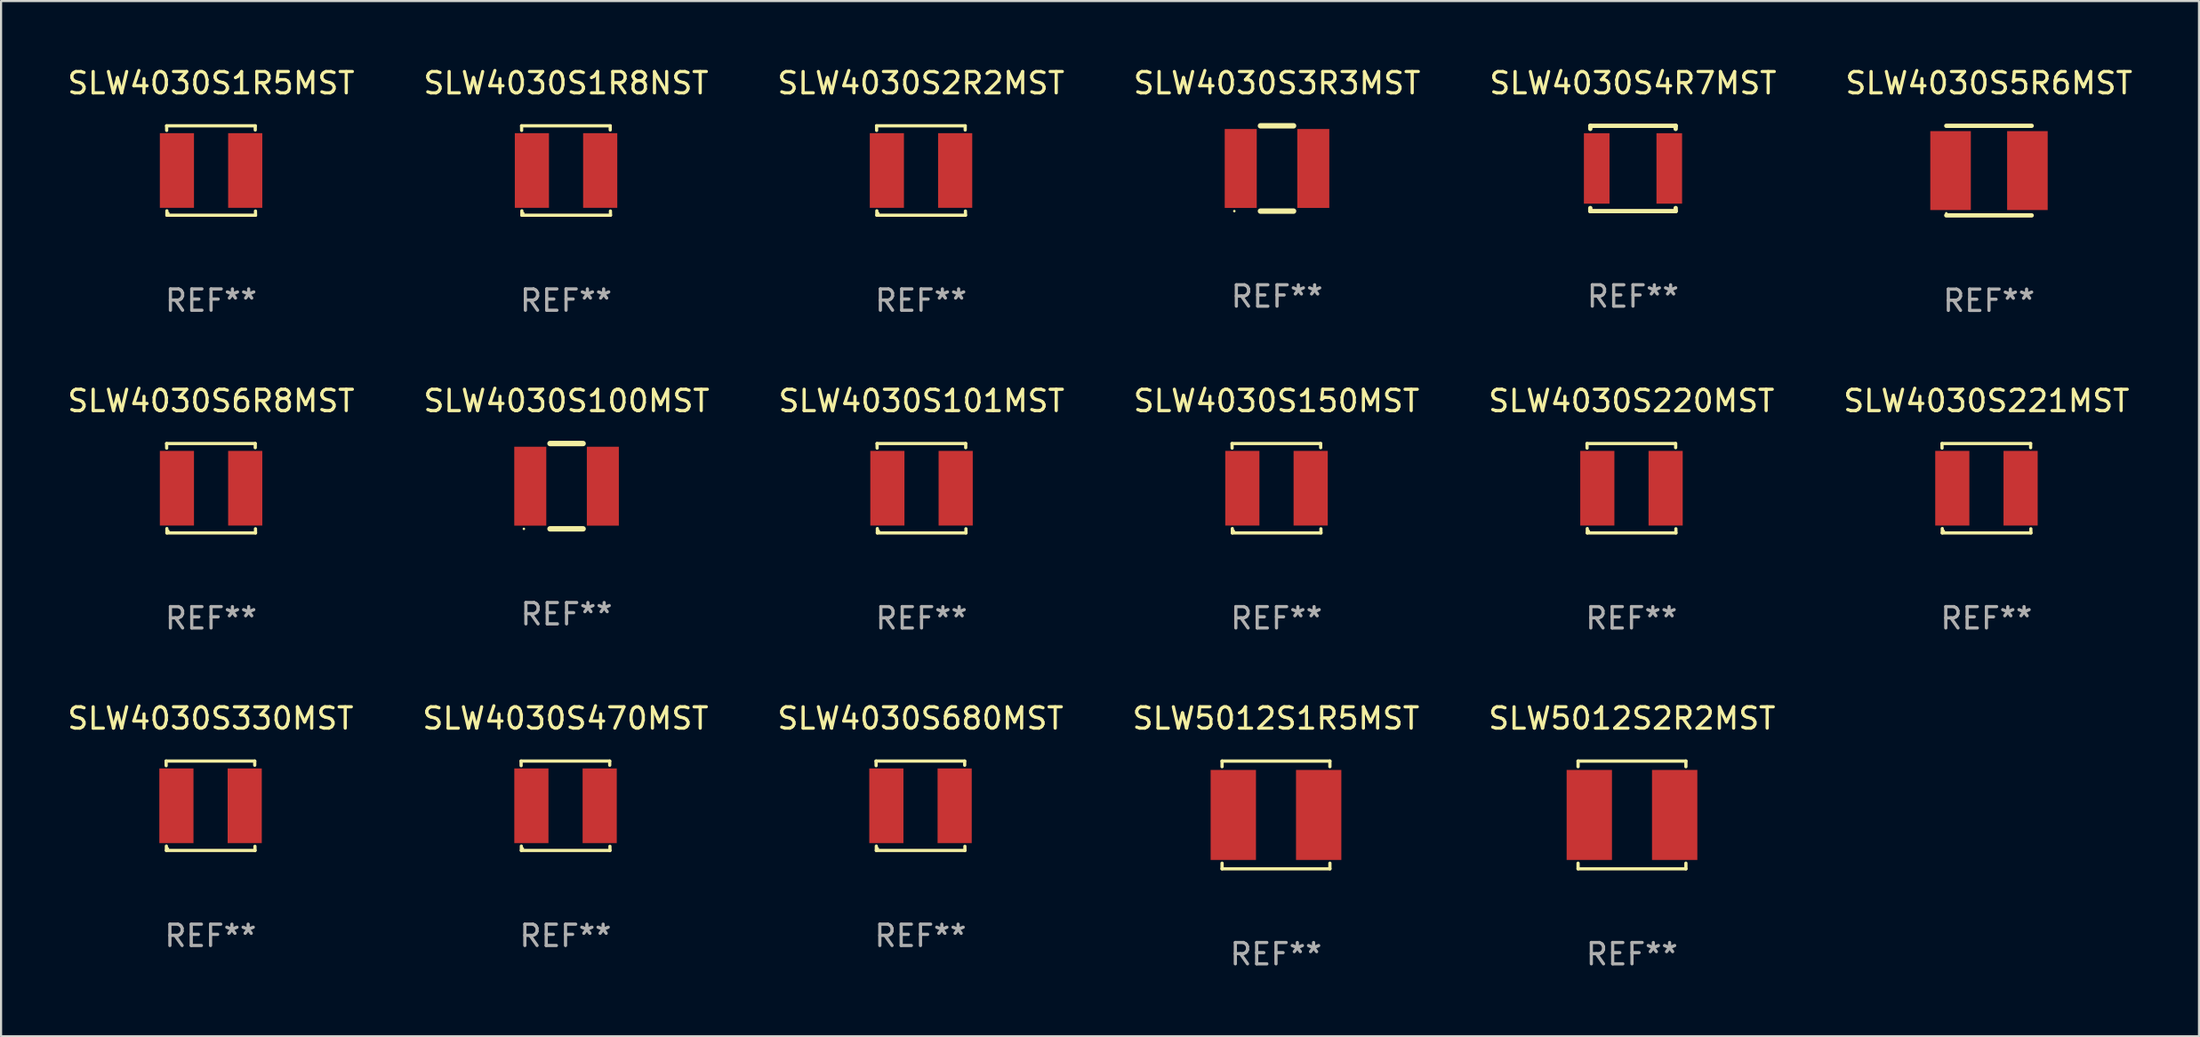
<source format=kicad_pcb>
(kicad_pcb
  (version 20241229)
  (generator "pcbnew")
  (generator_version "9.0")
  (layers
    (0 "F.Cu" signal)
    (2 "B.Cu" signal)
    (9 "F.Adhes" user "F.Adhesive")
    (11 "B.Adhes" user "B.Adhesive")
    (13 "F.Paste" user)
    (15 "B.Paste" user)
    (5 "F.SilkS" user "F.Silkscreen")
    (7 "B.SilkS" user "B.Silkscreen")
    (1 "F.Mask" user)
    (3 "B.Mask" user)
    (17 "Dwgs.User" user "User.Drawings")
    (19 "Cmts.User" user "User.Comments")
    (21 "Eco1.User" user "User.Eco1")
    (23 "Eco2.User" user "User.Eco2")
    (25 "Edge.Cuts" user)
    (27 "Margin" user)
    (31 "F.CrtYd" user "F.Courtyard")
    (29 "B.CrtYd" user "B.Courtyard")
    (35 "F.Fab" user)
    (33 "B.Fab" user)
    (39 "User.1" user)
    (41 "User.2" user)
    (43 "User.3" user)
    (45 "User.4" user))
  (footprint "SLW4030S2R2MST"
    (layer "F.Cu")
    (at 40.101 4.944)
    (property "Reference" "SLW4030S2R2MST" (at 0 -4.096 0) (layer "F.SilkS") (effects (font (size 1 1) (thickness 0.15))))
    (attr through_hole)
    (fp_line (start -2.083 -2.096) (end -2.08 -1.88) (stroke (width 0.15) (type solid)) (layer "F.SilkS"))
    (fp_line (start -2.07 1.89) (end -2.07 2.096) (stroke (width 0.15) (type solid)) (layer "F.SilkS"))
    (fp_line (start -2.07 2.096) (end 2.083 2.096) (stroke (width 0.15) (type solid)) (layer "F.SilkS"))
    (fp_line (start 2.07 -1.9) (end 2.07 -2.096) (stroke (width 0.15) (type solid)) (layer "F.SilkS"))
    (fp_line (start 2.07 -2.096) (end -2.083 -2.096) (stroke (width 0.15) (type solid)) (layer "F.SilkS"))
    (fp_line (start 2.083 2.096) (end 2.08 1.9) (stroke (width 0.15) (type solid)) (layer "F.SilkS"))
    (fp_circle (center -2 2) (end -1.97 2) (stroke (width 0.06) (type solid)) (fill no) (layer "F.SilkS"))
    (fp_text user "REF**" (at 0 6.096 0) (layer "F.Fab") (effects (font (size 1 1) (thickness 0.15))))
    (pad "1" smd rect (at -1.6 -0.000343) (size 1.6 3.5) (layers "F.Cu" "F.Mask" "F.Paste"))
    (pad "2" smd rect (at 1.6 -0.000343) (size 1.6 3.5) (layers "F.Cu" "F.Mask" "F.Paste")))
  (footprint "SLW5012S2R2MST"
    (layer "F.Cu")
    (at 73.411 35.159)
    (property "Reference" "SLW5012S2R2MST" (at 0 -4.526 0) (layer "F.SilkS") (effects (font (size 1 1) (thickness 0.15))))
    (attr through_hole)
    (fp_line (start -2.526 -2.526) (end 2.526 -2.526) (stroke (width 0.152) (type solid)) (layer "F.SilkS"))
    (fp_line (start -2.526 -2.262) (end -2.526 -2.526) (stroke (width 0.152) (type solid)) (layer "F.SilkS"))
    (fp_line (start -2.526 2.262) (end -2.526 2.526) (stroke (width 0.152) (type solid)) (layer "F.SilkS"))
    (fp_line (start -2.526 2.526) (end 2.526 2.526) (stroke (width 0.152) (type solid)) (layer "F.SilkS"))
    (fp_line (start 2.526 -2.526) (end 2.526 -2.262) (stroke (width 0.152) (type solid)) (layer "F.SilkS"))
    (fp_line (start 2.526 2.526) (end 2.526 2.262) (stroke (width 0.152) (type solid)) (layer "F.SilkS"))
    (fp_circle (center 2.5 -2.5) (end 2.53 -2.5) (stroke (width 0.06) (type solid)) (fill no) (layer "F.SilkS"))
    (fp_text user "REF**" (at 0 6.526 0) (layer "F.Fab") (effects (font (size 1 1) (thickness 0.15))))
    (pad "1" smd rect (at 2 0) (size 2.124 4.22) (layers "F.Cu" "F.Mask" "F.Paste"))
    (pad "2" smd rect (at -2 0) (size 2.124 4.22) (layers "F.Cu" "F.Mask" "F.Paste")))
  (footprint "SLW4030S101MST"
    (layer "F.Cu")
    (at 40.125 19.841)
    (property "Reference" "SLW4030S101MST" (at 0 -4.096 0) (layer "F.SilkS") (effects (font (size 1 1) (thickness 0.15))))
    (attr through_hole)
    (fp_line (start -2.083 -2.096) (end -2.08 -1.88) (stroke (width 0.15) (type solid)) (layer "F.SilkS"))
    (fp_line (start -2.07 1.89) (end -2.07 2.096) (stroke (width 0.15) (type solid)) (layer "F.SilkS"))
    (fp_line (start -2.07 2.096) (end 2.083 2.096) (stroke (width 0.15) (type solid)) (layer "F.SilkS"))
    (fp_line (start 2.07 -1.9) (end 2.07 -2.096) (stroke (width 0.15) (type solid)) (layer "F.SilkS"))
    (fp_line (start 2.07 -2.096) (end -2.083 -2.096) (stroke (width 0.15) (type solid)) (layer "F.SilkS"))
    (fp_line (start 2.083 2.096) (end 2.08 1.9) (stroke (width 0.15) (type solid)) (layer "F.SilkS"))
    (fp_circle (center -2 2) (end -1.97 2) (stroke (width 0.06) (type solid)) (fill no) (layer "F.SilkS"))
    (fp_text user "REF**" (at 0 6.096 0) (layer "F.Fab") (effects (font (size 1 1) (thickness 0.15))))
    (pad "1" smd rect (at -1.6 -0.000343) (size 1.6 3.5) (layers "F.Cu" "F.Mask" "F.Paste"))
    (pad "2" smd rect (at 1.6 -0.000343) (size 1.6 3.5) (layers "F.Cu" "F.Mask" "F.Paste")))
  (footprint "SLW4030S5R6MST"
    (layer "F.Cu")
    (at 90.137 4.948)
    (property "Reference" "SLW4030S5R6MST" (at 0 -4.1 0) (layer "F.SilkS") (effects (font (size 1 1) (thickness 0.15))))
    (attr through_hole)
    (fp_line (start -2 -2.1) (end 2 -2.1) (stroke (width 0.203) (type solid)) (layer "F.SilkS"))
    (fp_line (start -2 2.1) (end 2 2.1) (stroke (width 0.203) (type solid)) (layer "F.SilkS"))
    (fp_circle (center -2 2) (end -1.97 2) (stroke (width 0.06) (type solid)) (fill no) (layer "F.SilkS"))
    (fp_text user "REF**" (at 0 6.1 0) (layer "F.Fab") (effects (font (size 1 1) (thickness 0.15))))
    (pad "1" smd rect (at -1.8 0 90) (size 3.7 1.9) (layers "F.Cu" "F.Mask" "F.Paste"))
    (pad "2" smd rect (at 1.8 0 90) (size 3.7 1.9) (layers "F.Cu" "F.Mask" "F.Paste")))
  (footprint "SLW4030S1R5MST"
    (layer "F.Cu")
    (at 6.839 4.944)
    (property "Reference" "SLW4030S1R5MST" (at 0 -4.096 0) (layer "F.SilkS") (effects (font (size 1 1) (thickness 0.15))))
    (attr through_hole)
    (fp_line (start -2.083 -2.096) (end -2.08 -1.88) (stroke (width 0.15) (type solid)) (layer "F.SilkS"))
    (fp_line (start -2.07 1.89) (end -2.07 2.096) (stroke (width 0.15) (type solid)) (layer "F.SilkS"))
    (fp_line (start -2.07 2.096) (end 2.083 2.096) (stroke (width 0.15) (type solid)) (layer "F.SilkS"))
    (fp_line (start 2.07 -1.9) (end 2.07 -2.096) (stroke (width 0.15) (type solid)) (layer "F.SilkS"))
    (fp_line (start 2.07 -2.096) (end -2.083 -2.096) (stroke (width 0.15) (type solid)) (layer "F.SilkS"))
    (fp_line (start 2.083 2.096) (end 2.08 1.9) (stroke (width 0.15) (type solid)) (layer "F.SilkS"))
    (fp_circle (center -2 2) (end -1.97 2) (stroke (width 0.06) (type solid)) (fill no) (layer "F.SilkS"))
    (fp_text user "REF**" (at 0 6.096 0) (layer "F.Fab") (effects (font (size 1 1) (thickness 0.15))))
    (pad "1" smd rect (at -1.6 -0.000343) (size 1.6 3.5) (layers "F.Cu" "F.Mask" "F.Paste"))
    (pad "2" smd rect (at 1.6 -0.000343) (size 1.6 3.5) (layers "F.Cu" "F.Mask" "F.Paste")))
  (footprint "SLW4030S220MST"
    (layer "F.Cu")
    (at 73.387 19.841)
    (property "Reference" "SLW4030S220MST" (at 0 -4.096 0) (layer "F.SilkS") (effects (font (size 1 1) (thickness 0.15))))
    (attr through_hole)
    (fp_line (start -2.083 -2.096) (end -2.08 -1.88) (stroke (width 0.15) (type solid)) (layer "F.SilkS"))
    (fp_line (start -2.07 1.89) (end -2.07 2.096) (stroke (width 0.15) (type solid)) (layer "F.SilkS"))
    (fp_line (start -2.07 2.096) (end 2.083 2.096) (stroke (width 0.15) (type solid)) (layer "F.SilkS"))
    (fp_line (start 2.07 -1.9) (end 2.07 -2.096) (stroke (width 0.15) (type solid)) (layer "F.SilkS"))
    (fp_line (start 2.07 -2.096) (end -2.083 -2.096) (stroke (width 0.15) (type solid)) (layer "F.SilkS"))
    (fp_line (start 2.083 2.096) (end 2.08 1.9) (stroke (width 0.15) (type solid)) (layer "F.SilkS"))
    (fp_circle (center -2 2) (end -1.97 2) (stroke (width 0.06) (type solid)) (fill no) (layer "F.SilkS"))
    (fp_text user "REF**" (at 0 6.096 0) (layer "F.Fab") (effects (font (size 1 1) (thickness 0.15))))
    (pad "1" smd rect (at -1.6 -0.000343) (size 1.6 3.5) (layers "F.Cu" "F.Mask" "F.Paste"))
    (pad "2" smd rect (at 1.6 -0.000343) (size 1.6 3.5) (layers "F.Cu" "F.Mask" "F.Paste")))
  (footprint "SLW4030S221MST"
    (layer "F.Cu")
    (at 90.018 19.841)
    (property "Reference" "SLW4030S221MST" (at 0 -4.096 0) (layer "F.SilkS") (effects (font (size 1 1) (thickness 0.15))))
    (attr through_hole)
    (fp_line (start -2.083 -2.096) (end -2.08 -1.88) (stroke (width 0.15) (type solid)) (layer "F.SilkS"))
    (fp_line (start -2.07 1.89) (end -2.07 2.096) (stroke (width 0.15) (type solid)) (layer "F.SilkS"))
    (fp_line (start -2.07 2.096) (end 2.083 2.096) (stroke (width 0.15) (type solid)) (layer "F.SilkS"))
    (fp_line (start 2.07 -1.9) (end 2.07 -2.096) (stroke (width 0.15) (type solid)) (layer "F.SilkS"))
    (fp_line (start 2.07 -2.096) (end -2.083 -2.096) (stroke (width 0.15) (type solid)) (layer "F.SilkS"))
    (fp_line (start 2.083 2.096) (end 2.08 1.9) (stroke (width 0.15) (type solid)) (layer "F.SilkS"))
    (fp_circle (center -2 2) (end -1.97 2) (stroke (width 0.06) (type solid)) (fill no) (layer "F.SilkS"))
    (fp_text user "REF**" (at 0 6.096 0) (layer "F.Fab") (effects (font (size 1 1) (thickness 0.15))))
    (pad "1" smd rect (at -1.6 -0.000343) (size 1.6 3.5) (layers "F.Cu" "F.Mask" "F.Paste"))
    (pad "2" smd rect (at 1.6 -0.000343) (size 1.6 3.5) (layers "F.Cu" "F.Mask" "F.Paste")))
  (footprint "SLW4030S100MST"
    (layer "F.Cu")
    (at 23.494 19.745)
    (property "Reference" "SLW4030S100MST" (at 0 -4 0) (layer "F.SilkS") (effects (font (size 1 1) (thickness 0.15))))
    (attr through_hole)
    (fp_line (start -0.775 2) (end 0.775 2) (stroke (width 0.254) (type solid)) (layer "F.SilkS"))
    (fp_line (start -0.775 -2) (end 0.775 -2) (stroke (width 0.254) (type solid)) (layer "F.SilkS"))
    (fp_circle (center -2 2) (end -1.97 2) (stroke (width 0.06) (type solid)) (fill no) (layer "F.SilkS"))
    (fp_text user "REF**" (at 0 6 0) (layer "F.Fab") (effects (font (size 1 1) (thickness 0.15))))
    (pad "1" smd rect (at -1.7 0 270) (size 3.7 1.5) (layers "F.Cu" "F.Mask" "F.Paste"))
    (pad "2" smd rect (at 1.7 0 270) (size 3.7 1.5) (layers "F.Cu" "F.Mask" "F.Paste")))
  (footprint "SLW4030S330MST"
    (layer "F.Cu")
    (at 6.815 34.729)
    (property "Reference" "SLW4030S330MST" (at 0 -4.096 0) (layer "F.SilkS") (effects (font (size 1 1) (thickness 0.15))))
    (attr through_hole)
    (fp_line (start -2.083 -2.096) (end -2.08 -1.88) (stroke (width 0.15) (type solid)) (layer "F.SilkS"))
    (fp_line (start -2.07 1.89) (end -2.07 2.096) (stroke (width 0.15) (type solid)) (layer "F.SilkS"))
    (fp_line (start -2.07 2.096) (end 2.083 2.096) (stroke (width 0.15) (type solid)) (layer "F.SilkS"))
    (fp_line (start 2.07 -1.9) (end 2.07 -2.096) (stroke (width 0.15) (type solid)) (layer "F.SilkS"))
    (fp_line (start 2.07 -2.096) (end -2.083 -2.096) (stroke (width 0.15) (type solid)) (layer "F.SilkS"))
    (fp_line (start 2.083 2.096) (end 2.08 1.9) (stroke (width 0.15) (type solid)) (layer "F.SilkS"))
    (fp_circle (center -2 2) (end -1.97 2) (stroke (width 0.06) (type solid)) (fill no) (layer "F.SilkS"))
    (fp_text user "REF**" (at 0 6.096 0) (layer "F.Fab") (effects (font (size 1 1) (thickness 0.15))))
    (pad "1" smd rect (at -1.6 -0.000343) (size 1.6 3.5) (layers "F.Cu" "F.Mask" "F.Paste"))
    (pad "2" smd rect (at 1.6 -0.000343) (size 1.6 3.5) (layers "F.Cu" "F.Mask" "F.Paste")))
  (footprint "SLW4030S150MST"
    (layer "F.Cu")
    (at 56.756 19.841)
    (property "Reference" "SLW4030S150MST" (at 0 -4.096 0) (layer "F.SilkS") (effects (font (size 1 1) (thickness 0.15))))
    (attr through_hole)
    (fp_line (start -2.083 -2.096) (end -2.08 -1.88) (stroke (width 0.15) (type solid)) (layer "F.SilkS"))
    (fp_line (start -2.07 1.89) (end -2.07 2.096) (stroke (width 0.15) (type solid)) (layer "F.SilkS"))
    (fp_line (start -2.07 2.096) (end 2.083 2.096) (stroke (width 0.15) (type solid)) (layer "F.SilkS"))
    (fp_line (start 2.07 -1.9) (end 2.07 -2.096) (stroke (width 0.15) (type solid)) (layer "F.SilkS"))
    (fp_line (start 2.07 -2.096) (end -2.083 -2.096) (stroke (width 0.15) (type solid)) (layer "F.SilkS"))
    (fp_line (start 2.083 2.096) (end 2.08 1.9) (stroke (width 0.15) (type solid)) (layer "F.SilkS"))
    (fp_circle (center -2 2) (end -1.97 2) (stroke (width 0.06) (type solid)) (fill no) (layer "F.SilkS"))
    (fp_text user "REF**" (at 0 6.096 0) (layer "F.Fab") (effects (font (size 1 1) (thickness 0.15))))
    (pad "1" smd rect (at -1.6 -0.000343) (size 1.6 3.5) (layers "F.Cu" "F.Mask" "F.Paste"))
    (pad "2" smd rect (at 1.6 -0.000343) (size 1.6 3.5) (layers "F.Cu" "F.Mask" "F.Paste")))
  (footprint "SLW4030S6R8MST"
    (layer "F.Cu")
    (at 6.839 19.841)
    (property "Reference" "SLW4030S6R8MST" (at 0 -4.096 0) (layer "F.SilkS") (effects (font (size 1 1) (thickness 0.15))))
    (attr through_hole)
    (fp_line (start -2.083 -2.096) (end -2.08 -1.88) (stroke (width 0.15) (type solid)) (layer "F.SilkS"))
    (fp_line (start -2.07 1.89) (end -2.07 2.096) (stroke (width 0.15) (type solid)) (layer "F.SilkS"))
    (fp_line (start -2.07 2.096) (end 2.083 2.096) (stroke (width 0.15) (type solid)) (layer "F.SilkS"))
    (fp_line (start 2.07 -1.9) (end 2.07 -2.096) (stroke (width 0.15) (type solid)) (layer "F.SilkS"))
    (fp_line (start 2.07 -2.096) (end -2.083 -2.096) (stroke (width 0.15) (type solid)) (layer "F.SilkS"))
    (fp_line (start 2.083 2.096) (end 2.08 1.9) (stroke (width 0.15) (type solid)) (layer "F.SilkS"))
    (fp_circle (center -2 2) (end -1.97 2) (stroke (width 0.06) (type solid)) (fill no) (layer "F.SilkS"))
    (fp_text user "REF**" (at 0 6.096 0) (layer "F.Fab") (effects (font (size 1 1) (thickness 0.15))))
    (pad "1" smd rect (at -1.6 -0.000343) (size 1.6 3.5) (layers "F.Cu" "F.Mask" "F.Paste"))
    (pad "2" smd rect (at 1.6 -0.000343) (size 1.6 3.5) (layers "F.Cu" "F.Mask" "F.Paste")))
  (footprint "SLW4030S4R7MST"
    (layer "F.Cu")
    (at 73.458 4.848)
    (property "Reference" "SLW4030S4R7MST" (at 0 -4 0) (layer "F.SilkS") (effects (font (size 1 1) (thickness 0.15))))
    (attr through_hole)
    (fp_line (start -2 -2) (end 2 -2) (stroke (width 0.203) (type solid)) (layer "F.SilkS"))
    (fp_line (start -2 -1.856) (end -2 -2) (stroke (width 0.203) (type solid)) (layer "F.SilkS"))
    (fp_line (start -2 2) (end -2 1.856) (stroke (width 0.203) (type solid)) (layer "F.SilkS"))
    (fp_line (start -2 2) (end 2 2) (stroke (width 0.203) (type solid)) (layer "F.SilkS"))
    (fp_line (start 2 -2) (end 2 -1.856) (stroke (width 0.203) (type solid)) (layer "F.SilkS"))
    (fp_line (start 2 1.856) (end 2 2) (stroke (width 0.203) (type solid)) (layer "F.SilkS"))
    (fp_circle (center -2 2) (end -1.97 2) (stroke (width 0.06) (type solid)) (fill no) (layer "F.SilkS"))
    (fp_text user "REF**" (at 0 6 0) (layer "F.Fab") (effects (font (size 1 1) (thickness 0.15))))
    (pad "1" smd rect (at -1.7 0 90) (size 3.3 1.2) (layers "F.Cu" "F.Mask" "F.Paste"))
    (pad "2" smd rect (at 1.7 0 90) (size 3.3 1.2) (layers "F.Cu" "F.Mask" "F.Paste")))
  (footprint "SLW4030S3R3MST"
    (layer "F.Cu")
    (at 56.78 4.848)
    (property "Reference" "SLW4030S3R3MST" (at 0 -4 0) (layer "F.SilkS") (effects (font (size 1 1) (thickness 0.15))))
    (attr through_hole)
    (fp_line (start -0.775 2) (end 0.775 2) (stroke (width 0.254) (type solid)) (layer "F.SilkS"))
    (fp_line (start -0.775 -2) (end 0.775 -2) (stroke (width 0.254) (type solid)) (layer "F.SilkS"))
    (fp_circle (center -2 2) (end -1.97 2) (stroke (width 0.06) (type solid)) (fill no) (layer "F.SilkS"))
    (fp_text user "REF**" (at 0 6 0) (layer "F.Fab") (effects (font (size 1 1) (thickness 0.15))))
    (pad "1" smd rect (at -1.7 0 270) (size 3.7 1.5) (layers "F.Cu" "F.Mask" "F.Paste"))
    (pad "2" smd rect (at 1.7 0 270) (size 3.7 1.5) (layers "F.Cu" "F.Mask" "F.Paste")))
  (footprint "SLW4030S1R8NST"
    (layer "F.Cu")
    (at 23.47 4.944)
    (property "Reference" "SLW4030S1R8NST" (at 0 -4.096 0) (layer "F.SilkS") (effects (font (size 1 1) (thickness 0.15))))
    (attr through_hole)
    (fp_line (start -2.083 -2.096) (end -2.08 -1.88) (stroke (width 0.15) (type solid)) (layer "F.SilkS"))
    (fp_line (start -2.07 1.89) (end -2.07 2.096) (stroke (width 0.15) (type solid)) (layer "F.SilkS"))
    (fp_line (start -2.07 2.096) (end 2.083 2.096) (stroke (width 0.15) (type solid)) (layer "F.SilkS"))
    (fp_line (start 2.07 -1.9) (end 2.07 -2.096) (stroke (width 0.15) (type solid)) (layer "F.SilkS"))
    (fp_line (start 2.07 -2.096) (end -2.083 -2.096) (stroke (width 0.15) (type solid)) (layer "F.SilkS"))
    (fp_line (start 2.083 2.096) (end 2.08 1.9) (stroke (width 0.15) (type solid)) (layer "F.SilkS"))
    (fp_circle (center -2 2) (end -1.97 2) (stroke (width 0.06) (type solid)) (fill no) (layer "F.SilkS"))
    (fp_text user "REF**" (at 0 6.096 0) (layer "F.Fab") (effects (font (size 1 1) (thickness 0.15))))
    (pad "1" smd rect (at -1.6 -0.000343) (size 1.6 3.5) (layers "F.Cu" "F.Mask" "F.Paste"))
    (pad "2" smd rect (at 1.6 -0.000343) (size 1.6 3.5) (layers "F.Cu" "F.Mask" "F.Paste")))
  (footprint "SLW4030S470MST"
    (layer "F.Cu")
    (at 23.446 34.729)
    (property "Reference" "SLW4030S470MST" (at 0 -4.096 0) (layer "F.SilkS") (effects (font (size 1 1) (thickness 0.15))))
    (attr through_hole)
    (fp_line (start -2.083 -2.096) (end -2.08 -1.88) (stroke (width 0.15) (type solid)) (layer "F.SilkS"))
    (fp_line (start -2.07 1.89) (end -2.07 2.096) (stroke (width 0.15) (type solid)) (layer "F.SilkS"))
    (fp_line (start -2.07 2.096) (end 2.083 2.096) (stroke (width 0.15) (type solid)) (layer "F.SilkS"))
    (fp_line (start 2.07 -1.9) (end 2.07 -2.096) (stroke (width 0.15) (type solid)) (layer "F.SilkS"))
    (fp_line (start 2.07 -2.096) (end -2.083 -2.096) (stroke (width 0.15) (type solid)) (layer "F.SilkS"))
    (fp_line (start 2.083 2.096) (end 2.08 1.9) (stroke (width 0.15) (type solid)) (layer "F.SilkS"))
    (fp_circle (center -2 2) (end -1.97 2) (stroke (width 0.06) (type solid)) (fill no) (layer "F.SilkS"))
    (fp_text user "REF**" (at 0 6.096 0) (layer "F.Fab") (effects (font (size 1 1) (thickness 0.15))))
    (pad "1" smd rect (at -1.6 -0.000343) (size 1.6 3.5) (layers "F.Cu" "F.Mask" "F.Paste"))
    (pad "2" smd rect (at 1.6 -0.000343) (size 1.6 3.5) (layers "F.Cu" "F.Mask" "F.Paste")))
  (footprint "SLW4030S680MST"
    (layer "F.Cu")
    (at 40.077 34.729)
    (property "Reference" "SLW4030S680MST" (at 0 -4.096 0) (layer "F.SilkS") (effects (font (size 1 1) (thickness 0.15))))
    (attr through_hole)
    (fp_line (start -2.083 -2.096) (end -2.08 -1.88) (stroke (width 0.15) (type solid)) (layer "F.SilkS"))
    (fp_line (start -2.07 1.89) (end -2.07 2.096) (stroke (width 0.15) (type solid)) (layer "F.SilkS"))
    (fp_line (start -2.07 2.096) (end 2.083 2.096) (stroke (width 0.15) (type solid)) (layer "F.SilkS"))
    (fp_line (start 2.07 -1.9) (end 2.07 -2.096) (stroke (width 0.15) (type solid)) (layer "F.SilkS"))
    (fp_line (start 2.07 -2.096) (end -2.083 -2.096) (stroke (width 0.15) (type solid)) (layer "F.SilkS"))
    (fp_line (start 2.083 2.096) (end 2.08 1.9) (stroke (width 0.15) (type solid)) (layer "F.SilkS"))
    (fp_circle (center -2 2) (end -1.97 2) (stroke (width 0.06) (type solid)) (fill no) (layer "F.SilkS"))
    (fp_text user "REF**" (at 0 6.096 0) (layer "F.Fab") (effects (font (size 1 1) (thickness 0.15))))
    (pad "1" smd rect (at -1.6 -0.000343) (size 1.6 3.5) (layers "F.Cu" "F.Mask" "F.Paste"))
    (pad "2" smd rect (at 1.6 -0.000343) (size 1.6 3.5) (layers "F.Cu" "F.Mask" "F.Paste")))
  (footprint "SLW5012S1R5MST"
    (layer "F.Cu")
    (at 56.732 35.159)
    (property "Reference" "SLW5012S1R5MST" (at 0 -4.526 0) (layer "F.SilkS") (effects (font (size 1 1) (thickness 0.15))))
    (attr through_hole)
    (fp_line (start -2.526 -2.526) (end 2.526 -2.526) (stroke (width 0.152) (type solid)) (layer "F.SilkS"))
    (fp_line (start -2.526 -2.262) (end -2.526 -2.526) (stroke (width 0.152) (type solid)) (layer "F.SilkS"))
    (fp_line (start -2.526 2.262) (end -2.526 2.526) (stroke (width 0.152) (type solid)) (layer "F.SilkS"))
    (fp_line (start -2.526 2.526) (end 2.526 2.526) (stroke (width 0.152) (type solid)) (layer "F.SilkS"))
    (fp_line (start 2.526 -2.526) (end 2.526 -2.262) (stroke (width 0.152) (type solid)) (layer "F.SilkS"))
    (fp_line (start 2.526 2.526) (end 2.526 2.262) (stroke (width 0.152) (type solid)) (layer "F.SilkS"))
    (fp_circle (center 2.5 -2.5) (end 2.53 -2.5) (stroke (width 0.06) (type solid)) (fill no) (layer "F.SilkS"))
    (fp_text user "REF**" (at 0 6.526 0) (layer "F.Fab") (effects (font (size 1 1) (thickness 0.15))))
    (pad "1" smd rect (at 2 0) (size 2.124 4.22) (layers "F.Cu" "F.Mask" "F.Paste"))
    (pad "2" smd rect (at -2 0) (size 2.124 4.22) (layers "F.Cu" "F.Mask" "F.Paste")))
  (gr_rect
    (start -3 -3)
    (end 99.976 45.534)
    (stroke (width 0.1) (type default))
    (fill no)
    (layer "Edge.Cuts")))
</source>
